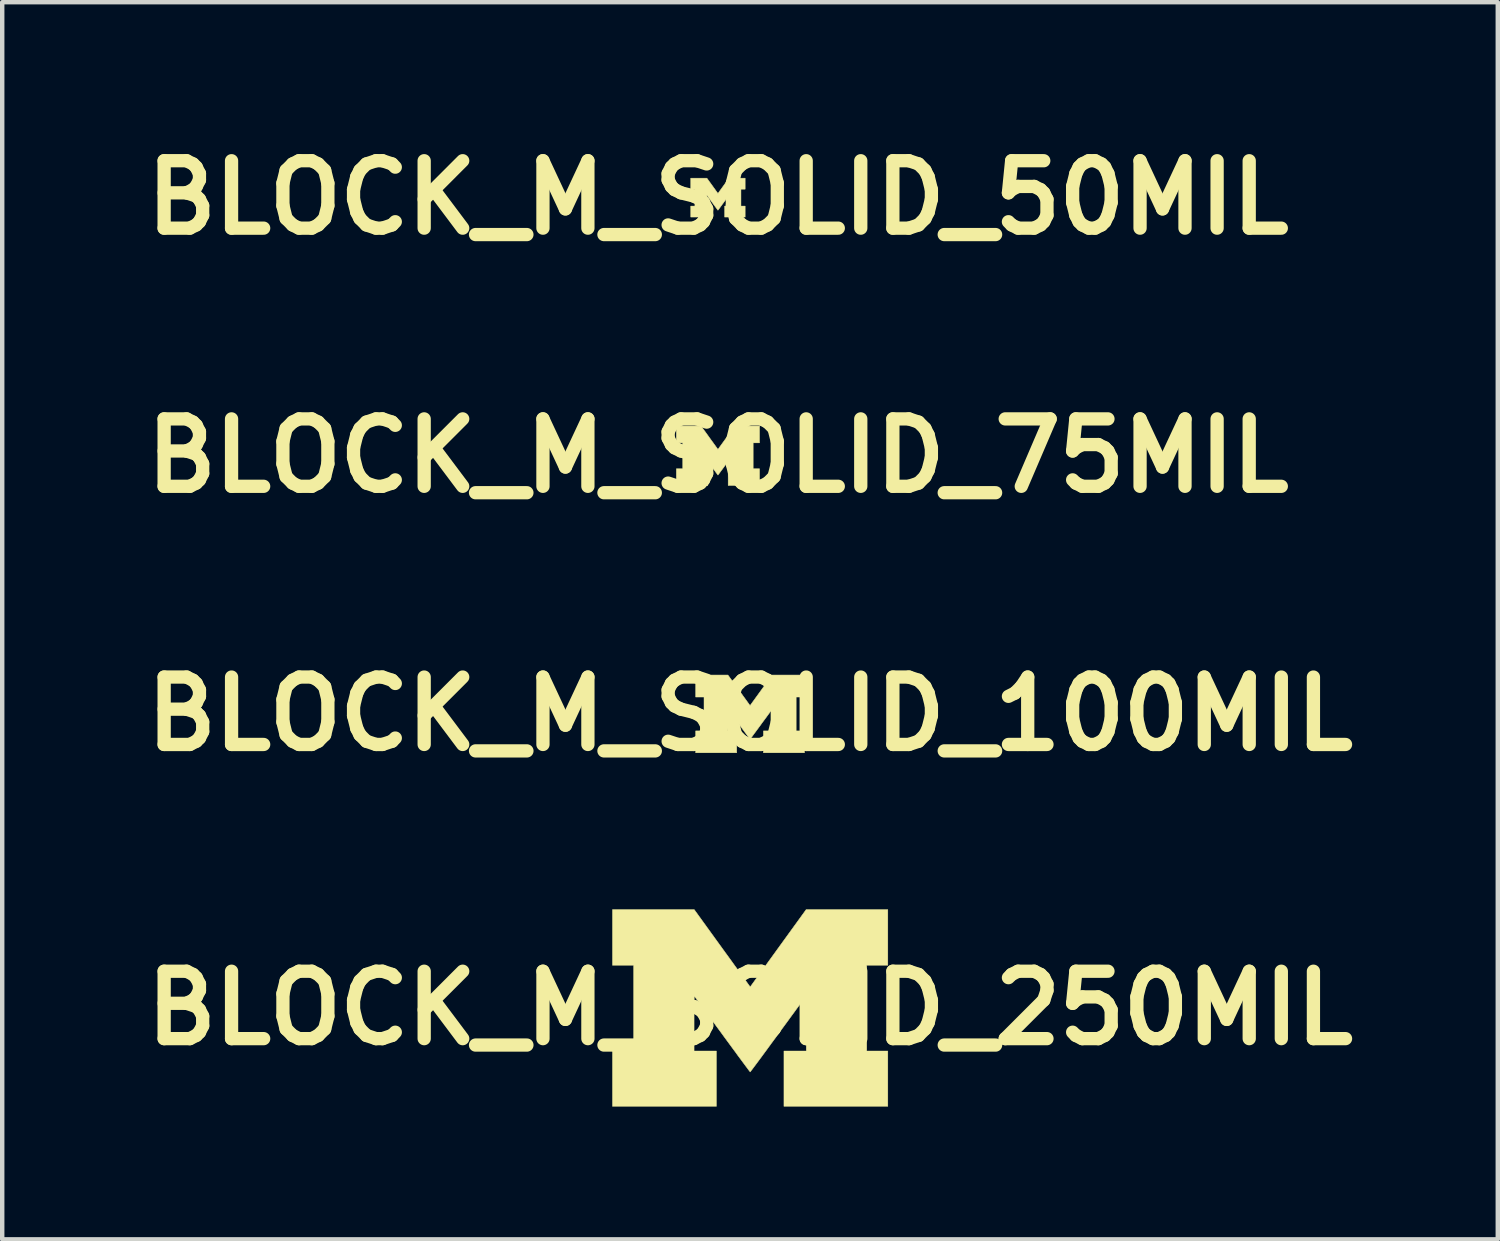
<source format=kicad_pcb>
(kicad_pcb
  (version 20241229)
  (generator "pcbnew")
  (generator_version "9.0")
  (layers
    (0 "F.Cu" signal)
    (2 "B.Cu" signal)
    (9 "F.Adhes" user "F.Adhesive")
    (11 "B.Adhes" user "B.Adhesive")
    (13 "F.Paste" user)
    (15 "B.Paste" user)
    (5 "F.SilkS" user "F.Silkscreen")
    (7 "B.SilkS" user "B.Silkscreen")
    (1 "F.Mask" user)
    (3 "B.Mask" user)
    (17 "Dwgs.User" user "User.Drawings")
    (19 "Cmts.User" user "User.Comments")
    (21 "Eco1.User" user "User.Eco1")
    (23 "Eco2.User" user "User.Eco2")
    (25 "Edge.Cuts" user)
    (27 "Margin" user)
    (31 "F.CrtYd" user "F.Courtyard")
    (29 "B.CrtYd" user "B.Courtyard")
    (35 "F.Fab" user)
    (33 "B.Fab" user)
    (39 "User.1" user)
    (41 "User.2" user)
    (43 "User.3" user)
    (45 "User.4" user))
  (footprint "BLOCK_M_SOLID_75MIL"
    (layer "F.Cu")
    (at 13.179 7.254)
    (property "Reference" "BLOCK_M_SOLID_75MIL" (at 0 0 0) (layer "F.SilkS") (effects (font (size 1.524 1.524) (thickness 0.3))))
    (attr through_hole)
    (fp_poly (pts (xy -0.223 -0.455) (xy -0.203 -0.427) (xy -0.184 -0.4) (xy -0.164 -0.373) (xy -0.146 -0.347) (xy -0.128 -0.323) (xy -0.11 -0.299) (xy -0.095 -0.277) (xy -0.08 -0.257) (xy -0.067 -0.239) (xy -0.055 -0.223) (xy -0.046 -0.209) (xy -0.038 -0.199) (xy -0.032 -0.191) (xy -0.032 -0.191) (xy 0.001 -0.145) (xy 0.192 -0.409) (xy 0.383 -0.673) (xy 0.662 -0.673) (xy 0.941 -0.673) (xy 0.941 -0.293) (xy 0.797 -0.293) (xy 0.797 0.293) (xy 0.941 0.293) (xy 0.941 0.671) (xy 0.232 0.671) (xy 0.232 0.293) (xy 0.384 0.293) (xy 0.384 0.104) (xy 0.384 0.077) (xy 0.384 0.051) (xy 0.384 0.027) (xy 0.384 0.004) (xy 0.384 -0.017) (xy 0.384 -0.035) (xy 0.383 -0.051) (xy 0.383 -0.064) (xy 0.383 -0.074) (xy 0.383 -0.08) (xy 0.383 -0.082) (xy 0.383 -0.082) (xy 0.381 -0.081) (xy 0.378 -0.076) (xy 0.372 -0.068) (xy 0.364 -0.057) (xy 0.354 -0.044) (xy 0.343 -0.029) (xy 0.33 -0.011) (xy 0.315 0.009) (xy 0.3 0.03) (xy 0.282 0.054) (xy 0.264 0.079) (xy 0.245 0.105) (xy 0.225 0.132) (xy 0.204 0.161) (xy 0.192 0.177) (xy 0.171 0.206) (xy 0.15 0.234) (xy 0.131 0.261) (xy 0.112 0.287) (xy 0.094 0.311) (xy 0.077 0.333) (xy 0.062 0.354) (xy 0.048 0.373) (xy 0.036 0.39) (xy 0.025 0.404) (xy 0.016 0.416) (xy 0.009 0.425) (xy 0.004 0.432) (xy 0.002 0.435) (xy 0.001 0.436) (xy -0.000361 0.434) (xy -0.004 0.429) (xy -0.01 0.422) (xy -0.018 0.411) (xy -0.027 0.398) (xy -0.039 0.383) (xy -0.052 0.365) (xy -0.066 0.345) (xy -0.082 0.324) (xy -0.099 0.301) (xy -0.118 0.276) (xy -0.137 0.25) (xy -0.157 0.222) (xy -0.178 0.194) (xy -0.19 0.177) (xy -0.211 0.148) (xy -0.232 0.12) (xy -0.251 0.094) (xy -0.27 0.068) (xy -0.288 0.044) (xy -0.304 0.021) (xy -0.32 0.000057) (xy -0.334 -0.019) (xy -0.346 -0.036) (xy -0.357 -0.05) (xy -0.366 -0.062) (xy -0.372 -0.072) (xy -0.377 -0.078) (xy -0.38 -0.082) (xy -0.38 -0.082) (xy -0.381 -0.081) (xy -0.381 -0.075) (xy -0.381 -0.066) (xy -0.381 -0.054) (xy -0.381 -0.039) (xy -0.382 -0.021) (xy -0.382 -0.000454) (xy -0.382 0.022) (xy -0.382 0.046) (xy -0.382 0.072) (xy -0.382 0.099) (xy -0.382 0.293) (xy -0.23 0.293) (xy -0.23 0.671) (xy -0.939 0.671) (xy -0.939 0.293) (xy -0.795 0.293) (xy -0.795 -0.293) (xy -0.939 -0.293) (xy -0.939 -0.673) (xy -0.381 -0.673) (xy -0.223 -0.455)) (stroke (width 0.01) (type solid)) (fill yes) (layer "F.SilkS")))
  (footprint "BLOCK_M_SOLID_250MIL"
    (layer "F.Cu")
    (at 13.905 19.74)
    (property "Reference" "BLOCK_M_SOLID_250MIL" (at 0 0 0) (layer "F.SilkS") (effects (font (size 1.524 1.524) (thickness 0.3))))
    (attr through_hole)
    (fp_poly (pts (xy -0.739 -1.505) (xy -0.673 -1.414) (xy -0.608 -1.324) (xy -0.544 -1.236) (xy -0.482 -1.151) (xy -0.422 -1.068) (xy -0.366 -0.99) (xy -0.313 -0.917) (xy -0.265 -0.85) (xy -0.221 -0.79) (xy -0.183 -0.737) (xy -0.151 -0.693) (xy -0.125 -0.658) (xy -0.107 -0.633) (xy -0.106 -0.632) (xy 0.004 -0.48) (xy 0.636 -1.354) (xy 1.268 -2.227) (xy 2.192 -2.227) (xy 3.115 -2.227) (xy 3.115 -0.969) (xy 2.638 -0.969) (xy 2.638 0.969) (xy 3.115 0.969) (xy 3.115 2.22) (xy 0.767 2.22) (xy 0.767 0.969) (xy 1.272 0.969) (xy 1.272 0.345) (xy 1.272 0.255) (xy 1.271 0.169) (xy 1.271 0.088) (xy 1.271 0.012) (xy 1.27 -0.056) (xy 1.27 -0.117) (xy 1.269 -0.169) (xy 1.269 -0.212) (xy 1.268 -0.244) (xy 1.268 -0.265) (xy 1.267 -0.273) (xy 1.267 -0.273) (xy 1.262 -0.267) (xy 1.25 -0.251) (xy 1.231 -0.225) (xy 1.205 -0.19) (xy 1.173 -0.147) (xy 1.136 -0.095) (xy 1.092 -0.036) (xy 1.044 0.029) (xy 0.992 0.101) (xy 0.935 0.178) (xy 0.875 0.261) (xy 0.811 0.348) (xy 0.745 0.438) (xy 0.676 0.532) (xy 0.636 0.587) (xy 0.566 0.683) (xy 0.498 0.775) (xy 0.433 0.864) (xy 0.371 0.949) (xy 0.312 1.029) (xy 0.257 1.104) (xy 0.206 1.173) (xy 0.16 1.235) (xy 0.119 1.29) (xy 0.083 1.338) (xy 0.054 1.377) (xy 0.03 1.408) (xy 0.014 1.429) (xy 0.005 1.441) (xy 0.003 1.442) (xy -0.001 1.437) (xy -0.013 1.421) (xy -0.033 1.396) (xy -0.058 1.362) (xy -0.091 1.318) (xy -0.128 1.268) (xy -0.172 1.209) (xy -0.22 1.144) (xy -0.273 1.073) (xy -0.329 0.995) (xy -0.39 0.913) (xy -0.453 0.827) (xy -0.52 0.736) (xy -0.589 0.642) (xy -0.629 0.587) (xy -0.699 0.491) (xy -0.767 0.399) (xy -0.832 0.31) (xy -0.894 0.225) (xy -0.953 0.144) (xy -1.008 0.069) (xy -1.059 0.000189) (xy -1.105 -0.063) (xy -1.146 -0.118) (xy -1.181 -0.166) (xy -1.21 -0.206) (xy -1.233 -0.237) (xy -1.249 -0.259) (xy -1.258 -0.271) (xy -1.26 -0.273) (xy -1.261 -0.267) (xy -1.261 -0.249) (xy -1.262 -0.219) (xy -1.263 -0.178) (xy -1.263 -0.128) (xy -1.264 -0.069) (xy -1.264 -0.002) (xy -1.264 0.073) (xy -1.265 0.153) (xy -1.265 0.238) (xy -1.265 0.328) (xy -1.265 0.345) (xy -1.265 0.969) (xy -0.76 0.969) (xy -0.76 2.22) (xy -3.109 2.22) (xy -3.109 0.969) (xy -2.631 0.969) (xy -2.631 -0.969) (xy -3.109 -0.969) (xy -3.109 -2.227) (xy -1.261 -2.227) (xy -0.739 -1.505)) (stroke (width 0.01) (type solid)) (fill yes) (layer "F.SilkS")))
  (footprint "BLOCK_M_SOLID_50MIL"
    (layer "F.Cu")
    (at 13.179 1.418)
    (property "Reference" "BLOCK_M_SOLID_50MIL" (at 0 0 0) (layer "F.SilkS") (effects (font (size 1.524 1.524) (thickness 0.3))))
    (attr through_hole)
    (fp_poly (pts (xy -0.146 -0.298) (xy -0.133 -0.28) (xy -0.12 -0.262) (xy -0.107 -0.244) (xy -0.095 -0.227) (xy -0.083 -0.211) (xy -0.072 -0.196) (xy -0.062 -0.181) (xy -0.052 -0.168) (xy -0.044 -0.156) (xy -0.036 -0.146) (xy -0.03 -0.137) (xy -0.025 -0.13) (xy -0.021 -0.125) (xy -0.021 -0.125) (xy 0.001 -0.095) (xy 0.126 -0.268) (xy 0.251 -0.44) (xy 0.433 -0.44) (xy 0.616 -0.44) (xy 0.616 -0.191) (xy 0.521 -0.191) (xy 0.521 0.191) (xy 0.616 0.191) (xy 0.616 0.439) (xy 0.152 0.439) (xy 0.152 0.191) (xy 0.251 0.191) (xy 0.251 0.068) (xy 0.251 0.05) (xy 0.251 0.033) (xy 0.251 0.017) (xy 0.251 0.002) (xy 0.251 -0.011) (xy 0.251 -0.023) (xy 0.251 -0.033) (xy 0.251 -0.042) (xy 0.251 -0.048) (xy 0.251 -0.052) (xy 0.25 -0.054) (xy 0.25 -0.054) (xy 0.249 -0.053) (xy 0.247 -0.05) (xy 0.243 -0.044) (xy 0.238 -0.038) (xy 0.232 -0.029) (xy 0.224 -0.019) (xy 0.216 -0.007) (xy 0.206 0.006) (xy 0.196 0.02) (xy 0.185 0.035) (xy 0.173 0.052) (xy 0.16 0.069) (xy 0.147 0.087) (xy 0.134 0.105) (xy 0.126 0.116) (xy 0.112 0.135) (xy 0.098 0.153) (xy 0.086 0.171) (xy 0.073 0.188) (xy 0.062 0.203) (xy 0.051 0.218) (xy 0.041 0.232) (xy 0.032 0.244) (xy 0.023 0.255) (xy 0.016 0.264) (xy 0.011 0.272) (xy 0.006 0.278) (xy 0.003 0.282) (xy 0.001 0.285) (xy 0.001 0.285) (xy -0.000236 0.284) (xy -0.003 0.281) (xy -0.006 0.276) (xy -0.012 0.269) (xy -0.018 0.261) (xy -0.025 0.251) (xy -0.034 0.239) (xy -0.043 0.226) (xy -0.054 0.212) (xy -0.065 0.197) (xy -0.077 0.181) (xy -0.09 0.163) (xy -0.103 0.146) (xy -0.116 0.127) (xy -0.124 0.116) (xy -0.138 0.097) (xy -0.152 0.079) (xy -0.164 0.061) (xy -0.177 0.044) (xy -0.188 0.029) (xy -0.199 0.014) (xy -0.209 0.000037) (xy -0.218 -0.012) (xy -0.226 -0.023) (xy -0.233 -0.033) (xy -0.239 -0.041) (xy -0.244 -0.047) (xy -0.247 -0.051) (xy -0.249 -0.054) (xy -0.249 -0.054) (xy -0.249 -0.053) (xy -0.249 -0.049) (xy -0.249 -0.043) (xy -0.25 -0.035) (xy -0.25 -0.025) (xy -0.25 -0.014) (xy -0.25 -0.000297) (xy -0.25 0.014) (xy -0.25 0.03) (xy -0.25 0.047) (xy -0.25 0.065) (xy -0.25 0.191) (xy -0.15 0.191) (xy -0.15 0.439) (xy -0.614 0.439) (xy -0.614 0.191) (xy -0.52 0.191) (xy -0.52 -0.191) (xy -0.614 -0.191) (xy -0.614 -0.44) (xy -0.249 -0.44) (xy -0.146 -0.298)) (stroke (width 0.01) (type solid)) (fill yes) (layer "F.SilkS")))
  (footprint "BLOCK_M_SOLID_100MIL"
    (layer "F.Cu")
    (at 13.905 13.09)
    (property "Reference" "BLOCK_M_SOLID_100MIL" (at 0 0 0) (layer "F.SilkS") (effects (font (size 1.524 1.524) (thickness 0.3))))
    (attr through_hole)
    (fp_poly (pts (xy -0.292 -0.595) (xy -0.266 -0.559) (xy -0.24 -0.524) (xy -0.215 -0.489) (xy -0.19 -0.455) (xy -0.167 -0.422) (xy -0.145 -0.391) (xy -0.124 -0.363) (xy -0.105 -0.336) (xy -0.087 -0.312) (xy -0.072 -0.292) (xy -0.06 -0.274) (xy -0.05 -0.26) (xy -0.042 -0.25) (xy -0.042 -0.25) (xy 0.001 -0.19) (xy 0.501 -0.88) (xy 1.231 -0.88) (xy 1.231 -0.383) (xy 1.043 -0.383) (xy 1.043 0.383) (xy 1.231 0.383) (xy 1.231 0.878) (xy 0.303 0.878) (xy 0.303 0.383) (xy 0.503 0.383) (xy 0.503 0.137) (xy 0.503 0.101) (xy 0.503 0.067) (xy 0.503 0.035) (xy 0.502 0.005) (xy 0.502 -0.022) (xy 0.502 -0.046) (xy 0.502 -0.067) (xy 0.502 -0.084) (xy 0.501 -0.096) (xy 0.501 -0.105) (xy 0.501 -0.108) (xy 0.501 -0.108) (xy 0.499 -0.106) (xy 0.494 -0.099) (xy 0.487 -0.089) (xy 0.476 -0.075) (xy 0.464 -0.058) (xy 0.449 -0.038) (xy 0.432 -0.014) (xy 0.413 0.012) (xy 0.392 0.04) (xy 0.37 0.071) (xy 0.346 0.103) (xy 0.321 0.137) (xy 0.294 0.173) (xy 0.267 0.21) (xy 0.251 0.232) (xy 0.224 0.27) (xy 0.197 0.306) (xy 0.171 0.342) (xy 0.146 0.375) (xy 0.123 0.407) (xy 0.101 0.436) (xy 0.081 0.463) (xy 0.063 0.488) (xy 0.047 0.51) (xy 0.033 0.529) (xy 0.021 0.544) (xy 0.012 0.557) (xy 0.006 0.565) (xy 0.002 0.569) (xy 0.001 0.57) (xy -0.000472 0.568) (xy -0.005 0.562) (xy -0.013 0.552) (xy -0.023 0.538) (xy -0.036 0.521) (xy -0.051 0.501) (xy -0.068 0.478) (xy -0.087 0.452) (xy -0.108 0.424) (xy -0.13 0.393) (xy -0.154 0.361) (xy -0.179 0.327) (xy -0.205 0.291) (xy -0.233 0.254) (xy -0.249 0.232) (xy -0.276 0.194) (xy -0.303 0.158) (xy -0.329 0.122) (xy -0.354 0.089) (xy -0.377 0.057) (xy -0.399 0.027) (xy -0.419 0.000075) (xy -0.437 -0.025) (xy -0.453 -0.047) (xy -0.467 -0.066) (xy -0.478 -0.082) (xy -0.488 -0.094) (xy -0.494 -0.102) (xy -0.497 -0.107) (xy -0.498 -0.108) (xy -0.498 -0.106) (xy -0.499 -0.098) (xy -0.499 -0.087) (xy -0.499 -0.07) (xy -0.499 -0.051) (xy -0.5 -0.027) (xy -0.5 -0.001) (xy -0.5 0.029) (xy -0.5 0.06) (xy -0.5 0.094) (xy -0.5 0.129) (xy -0.5 0.137) (xy -0.5 0.383) (xy -0.301 0.383) (xy -0.301 0.878) (xy -1.229 0.878) (xy -1.229 0.383) (xy -1.04 0.383) (xy -1.04 -0.383) (xy -1.229 -0.383) (xy -1.229 -0.88) (xy -0.499 -0.88) (xy -0.292 -0.595)) (stroke (width 0.01) (type solid)) (fill yes) (layer "F.SilkS")))
  (gr_rect
    (start -3 -3)
    (end 30.809 24.966)
    (stroke (width 0.1) (type default))
    (fill no)
    (layer "Edge.Cuts")))
</source>
